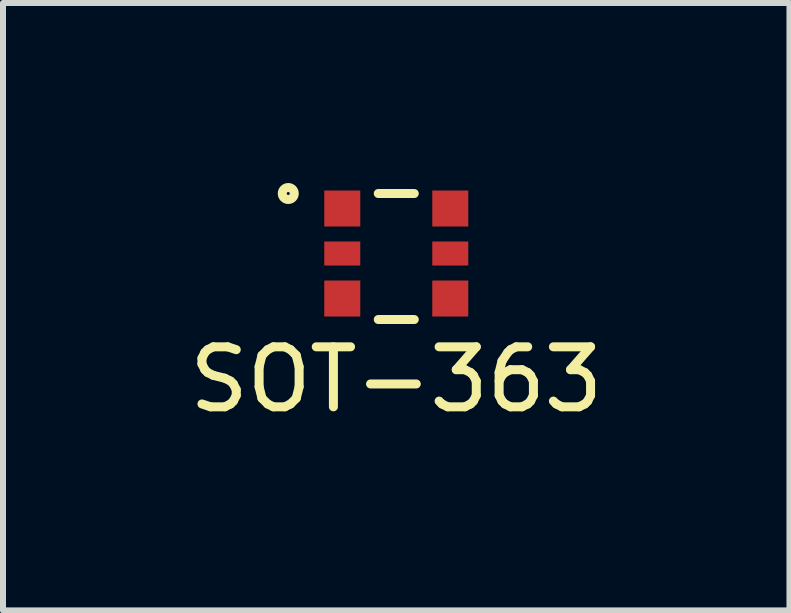
<source format=kicad_pcb>
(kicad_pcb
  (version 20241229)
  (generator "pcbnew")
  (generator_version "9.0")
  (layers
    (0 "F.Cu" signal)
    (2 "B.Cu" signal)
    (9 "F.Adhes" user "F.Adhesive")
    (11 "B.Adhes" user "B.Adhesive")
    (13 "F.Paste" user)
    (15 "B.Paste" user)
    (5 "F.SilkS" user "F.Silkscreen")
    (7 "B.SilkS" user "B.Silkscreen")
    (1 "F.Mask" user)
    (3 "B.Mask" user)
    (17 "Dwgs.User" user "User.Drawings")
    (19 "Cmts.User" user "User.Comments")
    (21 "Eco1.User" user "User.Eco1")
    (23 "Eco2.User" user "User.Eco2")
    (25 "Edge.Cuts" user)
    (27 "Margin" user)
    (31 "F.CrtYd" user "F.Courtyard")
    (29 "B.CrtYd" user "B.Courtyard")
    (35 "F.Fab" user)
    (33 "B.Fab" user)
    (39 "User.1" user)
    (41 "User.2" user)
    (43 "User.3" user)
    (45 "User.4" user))
  (footprint "SOT-363"
    (layer "F.Cu")
    (at 3.554 1.175)
    (property "Reference" "SOT-363" (at 0 2.1 0) (layer "F.SilkS") (effects (font (size 1 1) (thickness 0.15))))
    (attr through_hole)
    (fp_line (start -0.3 1.1) (end 0.3 1.1) (stroke (width 0.15) (type solid)) (layer "F.SilkS"))
    (fp_line (start 0.3 -1) (end -0.3 -1) (stroke (width 0.15) (type solid)) (layer "F.SilkS"))
    (fp_circle (center -1.8 -1) (end -1.7 -1) (stroke (width 0.15) (type solid)) (fill no) (layer "F.SilkS"))
    (pad "1" smd rect (at -0.9 -0.75) (size 0.6 0.6) (layers "F.Cu" "F.Mask" "F.Paste"))
    (pad "2" smd rect (at -0.9 0) (size 0.6 0.4) (layers "F.Cu" "F.Mask" "F.Paste"))
    (pad "3" smd rect (at -0.9 0.75) (size 0.6 0.6) (layers "F.Cu" "F.Mask" "F.Paste"))
    (pad "4" smd rect (at 0.9 0.75) (size 0.6 0.6) (layers "F.Cu" "F.Mask" "F.Paste"))
    (pad "5" smd rect (at 0.9 0) (size 0.6 0.4) (layers "F.Cu" "F.Mask" "F.Paste"))
    (pad "6" smd rect (at 0.9 -0.75) (size 0.6 0.6) (layers "F.Cu" "F.Mask" "F.Paste")))
  (gr_rect
    (start -3 -3)
    (end 10.107 7.123)
    (stroke (width 0.1) (type default))
    (fill no)
    (layer "Edge.Cuts")))
</source>
